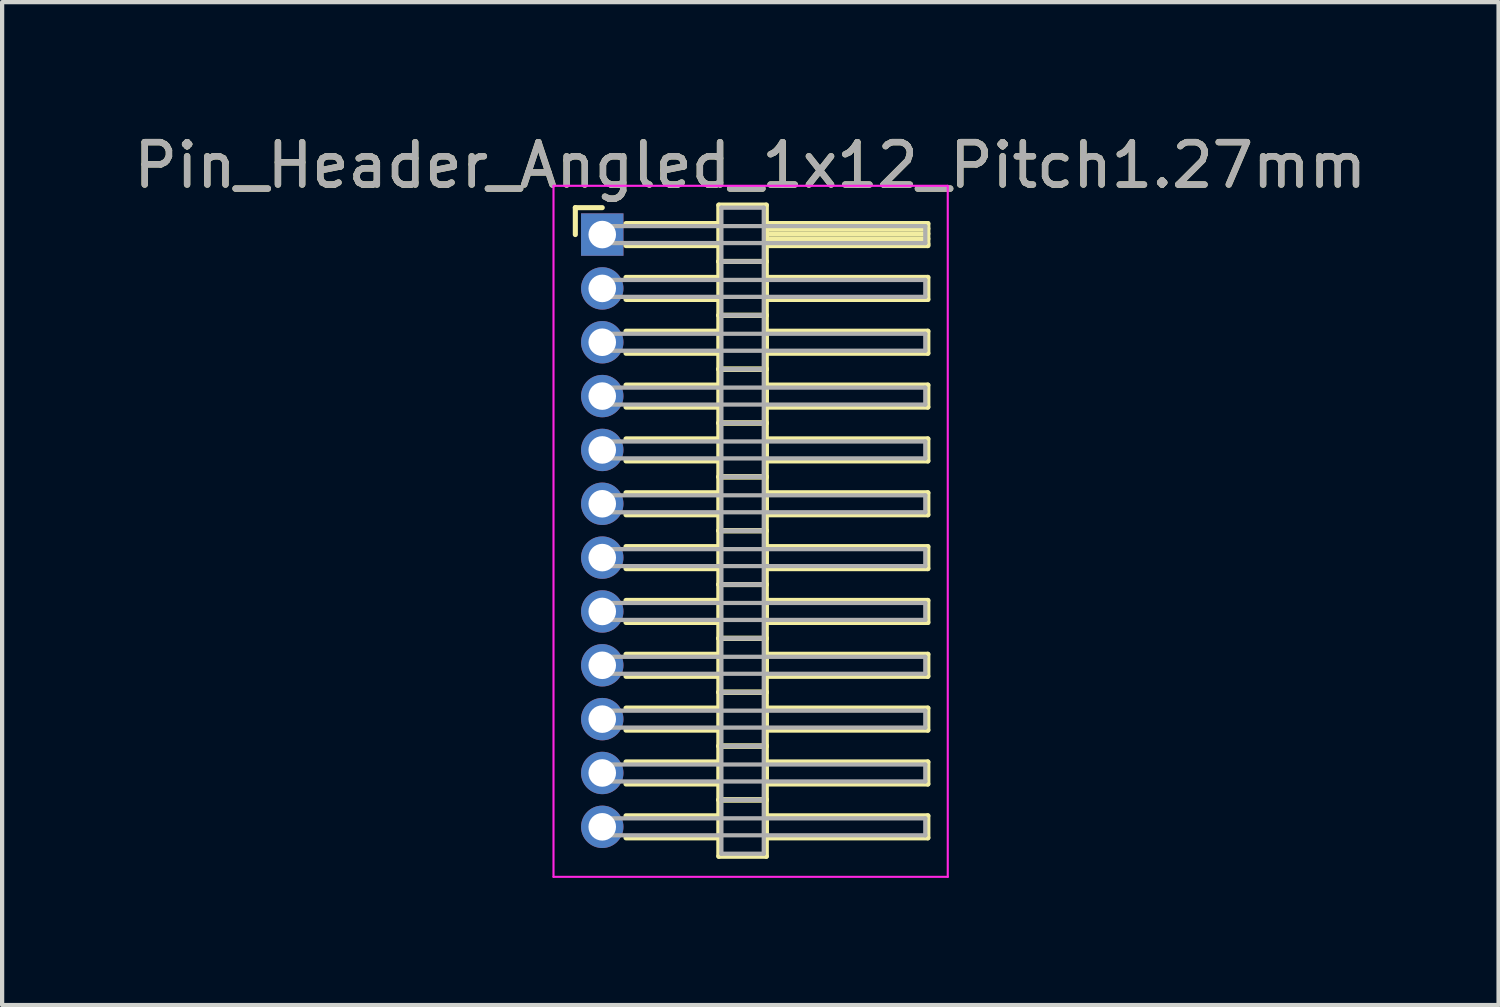
<source format=kicad_pcb>
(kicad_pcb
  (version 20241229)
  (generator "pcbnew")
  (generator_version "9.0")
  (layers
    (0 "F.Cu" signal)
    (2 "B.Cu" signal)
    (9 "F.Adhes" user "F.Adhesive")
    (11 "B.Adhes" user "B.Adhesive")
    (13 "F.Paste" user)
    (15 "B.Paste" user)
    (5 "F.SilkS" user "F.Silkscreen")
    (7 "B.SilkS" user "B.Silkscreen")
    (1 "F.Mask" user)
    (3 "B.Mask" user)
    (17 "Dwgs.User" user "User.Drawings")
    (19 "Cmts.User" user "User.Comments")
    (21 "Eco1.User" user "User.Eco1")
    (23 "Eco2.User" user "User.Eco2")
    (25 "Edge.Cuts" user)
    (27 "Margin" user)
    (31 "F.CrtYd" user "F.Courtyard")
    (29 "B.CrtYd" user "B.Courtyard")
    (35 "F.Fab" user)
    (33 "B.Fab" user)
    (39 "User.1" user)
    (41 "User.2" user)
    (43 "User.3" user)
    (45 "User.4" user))
  (footprint "Pin_Header_Angled_1x12_Pitch1.27mm"
    (layer "F.Cu")
    (at 11.156 2.483)
    (property "Reference" "Pin_Header_Angled_1x12_Pitch1.27mm" (at 3.493 -1.635 0) (layer "F.SilkS") (effects (font (size 1 1) (thickness 0.15))))
    (attr through_hole)
    (fp_line (start -0.635 -0.635) (end 0 -0.635) (stroke (width 0.12) (type solid)) (layer "F.SilkS"))
    (fp_line (start -0.635 0) (end -0.635 -0.635) (stroke (width 0.12) (type solid)) (layer "F.SilkS"))
    (fp_line (start 0.56 -0.26) (end 2.75 -0.26) (stroke (width 0.12) (type solid)) (layer "F.SilkS"))
    (fp_line (start 0.56 0.26) (end 2.75 0.26) (stroke (width 0.12) (type solid)) (layer "F.SilkS"))
    (fp_line (start 0.56 1.01) (end 2.75 1.01) (stroke (width 0.12) (type solid)) (layer "F.SilkS"))
    (fp_line (start 0.56 1.53) (end 2.75 1.53) (stroke (width 0.12) (type solid)) (layer "F.SilkS"))
    (fp_line (start 0.56 2.28) (end 2.75 2.28) (stroke (width 0.12) (type solid)) (layer "F.SilkS"))
    (fp_line (start 0.56 2.8) (end 2.75 2.8) (stroke (width 0.12) (type solid)) (layer "F.SilkS"))
    (fp_line (start 0.56 3.55) (end 2.75 3.55) (stroke (width 0.12) (type solid)) (layer "F.SilkS"))
    (fp_line (start 0.56 4.07) (end 2.75 4.07) (stroke (width 0.12) (type solid)) (layer "F.SilkS"))
    (fp_line (start 0.56 4.82) (end 2.75 4.82) (stroke (width 0.12) (type solid)) (layer "F.SilkS"))
    (fp_line (start 0.56 5.34) (end 2.75 5.34) (stroke (width 0.12) (type solid)) (layer "F.SilkS"))
    (fp_line (start 0.56 6.09) (end 2.75 6.09) (stroke (width 0.12) (type solid)) (layer "F.SilkS"))
    (fp_line (start 0.56 6.61) (end 2.75 6.61) (stroke (width 0.12) (type solid)) (layer "F.SilkS"))
    (fp_line (start 0.56 7.36) (end 2.75 7.36) (stroke (width 0.12) (type solid)) (layer "F.SilkS"))
    (fp_line (start 0.56 7.88) (end 2.75 7.88) (stroke (width 0.12) (type solid)) (layer "F.SilkS"))
    (fp_line (start 0.56 8.63) (end 2.75 8.63) (stroke (width 0.12) (type solid)) (layer "F.SilkS"))
    (fp_line (start 0.56 9.15) (end 2.75 9.15) (stroke (width 0.12) (type solid)) (layer "F.SilkS"))
    (fp_line (start 0.56 9.9) (end 2.75 9.9) (stroke (width 0.12) (type solid)) (layer "F.SilkS"))
    (fp_line (start 0.56 10.42) (end 2.75 10.42) (stroke (width 0.12) (type solid)) (layer "F.SilkS"))
    (fp_line (start 0.56 11.17) (end 2.75 11.17) (stroke (width 0.12) (type solid)) (layer "F.SilkS"))
    (fp_line (start 0.56 11.69) (end 2.75 11.69) (stroke (width 0.12) (type solid)) (layer "F.SilkS"))
    (fp_line (start 0.56 12.44) (end 2.75 12.44) (stroke (width 0.12) (type solid)) (layer "F.SilkS"))
    (fp_line (start 0.56 12.96) (end 2.75 12.96) (stroke (width 0.12) (type solid)) (layer "F.SilkS"))
    (fp_line (start 0.56 13.71) (end 2.75 13.71) (stroke (width 0.12) (type solid)) (layer "F.SilkS"))
    (fp_line (start 0.56 14.23) (end 2.75 14.23) (stroke (width 0.12) (type solid)) (layer "F.SilkS"))
    (fp_line (start 2.75 -0.695) (end 2.75 0.635) (stroke (width 0.12) (type solid)) (layer "F.SilkS"))
    (fp_line (start 2.75 0.635) (end 2.75 1.905) (stroke (width 0.12) (type solid)) (layer "F.SilkS"))
    (fp_line (start 2.75 0.635) (end 3.87 0.635) (stroke (width 0.12) (type solid)) (layer "F.SilkS"))
    (fp_line (start 2.75 1.905) (end 2.75 3.175) (stroke (width 0.12) (type solid)) (layer "F.SilkS"))
    (fp_line (start 2.75 1.905) (end 3.87 1.905) (stroke (width 0.12) (type solid)) (layer "F.SilkS"))
    (fp_line (start 2.75 3.175) (end 2.75 4.445) (stroke (width 0.12) (type solid)) (layer "F.SilkS"))
    (fp_line (start 2.75 3.175) (end 3.87 3.175) (stroke (width 0.12) (type solid)) (layer "F.SilkS"))
    (fp_line (start 2.75 4.445) (end 2.75 5.715) (stroke (width 0.12) (type solid)) (layer "F.SilkS"))
    (fp_line (start 2.75 4.445) (end 3.87 4.445) (stroke (width 0.12) (type solid)) (layer "F.SilkS"))
    (fp_line (start 2.75 5.715) (end 2.75 6.985) (stroke (width 0.12) (type solid)) (layer "F.SilkS"))
    (fp_line (start 2.75 5.715) (end 3.87 5.715) (stroke (width 0.12) (type solid)) (layer "F.SilkS"))
    (fp_line (start 2.75 6.985) (end 2.75 8.255) (stroke (width 0.12) (type solid)) (layer "F.SilkS"))
    (fp_line (start 2.75 6.985) (end 3.87 6.985) (stroke (width 0.12) (type solid)) (layer "F.SilkS"))
    (fp_line (start 2.75 8.255) (end 2.75 9.525) (stroke (width 0.12) (type solid)) (layer "F.SilkS"))
    (fp_line (start 2.75 8.255) (end 3.87 8.255) (stroke (width 0.12) (type solid)) (layer "F.SilkS"))
    (fp_line (start 2.75 9.525) (end 2.75 10.795) (stroke (width 0.12) (type solid)) (layer "F.SilkS"))
    (fp_line (start 2.75 9.525) (end 3.87 9.525) (stroke (width 0.12) (type solid)) (layer "F.SilkS"))
    (fp_line (start 2.75 10.795) (end 2.75 12.065) (stroke (width 0.12) (type solid)) (layer "F.SilkS"))
    (fp_line (start 2.75 10.795) (end 3.87 10.795) (stroke (width 0.12) (type solid)) (layer "F.SilkS"))
    (fp_line (start 2.75 12.065) (end 2.75 13.335) (stroke (width 0.12) (type solid)) (layer "F.SilkS"))
    (fp_line (start 2.75 12.065) (end 3.87 12.065) (stroke (width 0.12) (type solid)) (layer "F.SilkS"))
    (fp_line (start 2.75 13.335) (end 2.75 14.665) (stroke (width 0.12) (type solid)) (layer "F.SilkS"))
    (fp_line (start 2.75 13.335) (end 3.87 13.335) (stroke (width 0.12) (type solid)) (layer "F.SilkS"))
    (fp_line (start 2.75 14.665) (end 3.87 14.665) (stroke (width 0.12) (type solid)) (layer "F.SilkS"))
    (fp_line (start 3.87 -0.695) (end 2.75 -0.695) (stroke (width 0.12) (type solid)) (layer "F.SilkS"))
    (fp_line (start 3.87 -0.26) (end 3.87 0.26) (stroke (width 0.12) (type solid)) (layer "F.SilkS"))
    (fp_line (start 3.87 -0.14) (end 7.68 -0.14) (stroke (width 0.12) (type solid)) (layer "F.SilkS"))
    (fp_line (start 3.87 -0.02) (end 7.68 -0.02) (stroke (width 0.12) (type solid)) (layer "F.SilkS"))
    (fp_line (start 3.87 0.1) (end 7.68 0.1) (stroke (width 0.12) (type solid)) (layer "F.SilkS"))
    (fp_line (start 3.87 0.22) (end 7.68 0.22) (stroke (width 0.12) (type solid)) (layer "F.SilkS"))
    (fp_line (start 3.87 0.26) (end 7.68 0.26) (stroke (width 0.12) (type solid)) (layer "F.SilkS"))
    (fp_line (start 3.87 0.635) (end 2.75 0.635) (stroke (width 0.12) (type solid)) (layer "F.SilkS"))
    (fp_line (start 3.87 0.635) (end 3.87 -0.695) (stroke (width 0.12) (type solid)) (layer "F.SilkS"))
    (fp_line (start 3.87 1.01) (end 3.87 1.53) (stroke (width 0.12) (type solid)) (layer "F.SilkS"))
    (fp_line (start 3.87 1.53) (end 7.68 1.53) (stroke (width 0.12) (type solid)) (layer "F.SilkS"))
    (fp_line (start 3.87 1.905) (end 2.75 1.905) (stroke (width 0.12) (type solid)) (layer "F.SilkS"))
    (fp_line (start 3.87 1.905) (end 3.87 0.635) (stroke (width 0.12) (type solid)) (layer "F.SilkS"))
    (fp_line (start 3.87 2.28) (end 3.87 2.8) (stroke (width 0.12) (type solid)) (layer "F.SilkS"))
    (fp_line (start 3.87 2.8) (end 7.68 2.8) (stroke (width 0.12) (type solid)) (layer "F.SilkS"))
    (fp_line (start 3.87 3.175) (end 2.75 3.175) (stroke (width 0.12) (type solid)) (layer "F.SilkS"))
    (fp_line (start 3.87 3.175) (end 3.87 1.905) (stroke (width 0.12) (type solid)) (layer "F.SilkS"))
    (fp_line (start 3.87 3.55) (end 3.87 4.07) (stroke (width 0.12) (type solid)) (layer "F.SilkS"))
    (fp_line (start 3.87 4.07) (end 7.68 4.07) (stroke (width 0.12) (type solid)) (layer "F.SilkS"))
    (fp_line (start 3.87 4.445) (end 2.75 4.445) (stroke (width 0.12) (type solid)) (layer "F.SilkS"))
    (fp_line (start 3.87 4.445) (end 3.87 3.175) (stroke (width 0.12) (type solid)) (layer "F.SilkS"))
    (fp_line (start 3.87 4.82) (end 3.87 5.34) (stroke (width 0.12) (type solid)) (layer "F.SilkS"))
    (fp_line (start 3.87 5.34) (end 7.68 5.34) (stroke (width 0.12) (type solid)) (layer "F.SilkS"))
    (fp_line (start 3.87 5.715) (end 2.75 5.715) (stroke (width 0.12) (type solid)) (layer "F.SilkS"))
    (fp_line (start 3.87 5.715) (end 3.87 4.445) (stroke (width 0.12) (type solid)) (layer "F.SilkS"))
    (fp_line (start 3.87 6.09) (end 3.87 6.61) (stroke (width 0.12) (type solid)) (layer "F.SilkS"))
    (fp_line (start 3.87 6.61) (end 7.68 6.61) (stroke (width 0.12) (type solid)) (layer "F.SilkS"))
    (fp_line (start 3.87 6.985) (end 2.75 6.985) (stroke (width 0.12) (type solid)) (layer "F.SilkS"))
    (fp_line (start 3.87 6.985) (end 3.87 5.715) (stroke (width 0.12) (type solid)) (layer "F.SilkS"))
    (fp_line (start 3.87 7.36) (end 3.87 7.88) (stroke (width 0.12) (type solid)) (layer "F.SilkS"))
    (fp_line (start 3.87 7.88) (end 7.68 7.88) (stroke (width 0.12) (type solid)) (layer "F.SilkS"))
    (fp_line (start 3.87 8.255) (end 2.75 8.255) (stroke (width 0.12) (type solid)) (layer "F.SilkS"))
    (fp_line (start 3.87 8.255) (end 3.87 6.985) (stroke (width 0.12) (type solid)) (layer "F.SilkS"))
    (fp_line (start 3.87 8.63) (end 3.87 9.15) (stroke (width 0.12) (type solid)) (layer "F.SilkS"))
    (fp_line (start 3.87 9.15) (end 7.68 9.15) (stroke (width 0.12) (type solid)) (layer "F.SilkS"))
    (fp_line (start 3.87 9.525) (end 2.75 9.525) (stroke (width 0.12) (type solid)) (layer "F.SilkS"))
    (fp_line (start 3.87 9.525) (end 3.87 8.255) (stroke (width 0.12) (type solid)) (layer "F.SilkS"))
    (fp_line (start 3.87 9.9) (end 3.87 10.42) (stroke (width 0.12) (type solid)) (layer "F.SilkS"))
    (fp_line (start 3.87 10.42) (end 7.68 10.42) (stroke (width 0.12) (type solid)) (layer "F.SilkS"))
    (fp_line (start 3.87 10.795) (end 2.75 10.795) (stroke (width 0.12) (type solid)) (layer "F.SilkS"))
    (fp_line (start 3.87 10.795) (end 3.87 9.525) (stroke (width 0.12) (type solid)) (layer "F.SilkS"))
    (fp_line (start 3.87 11.17) (end 3.87 11.69) (stroke (width 0.12) (type solid)) (layer "F.SilkS"))
    (fp_line (start 3.87 11.69) (end 7.68 11.69) (stroke (width 0.12) (type solid)) (layer "F.SilkS"))
    (fp_line (start 3.87 12.065) (end 2.75 12.065) (stroke (width 0.12) (type solid)) (layer "F.SilkS"))
    (fp_line (start 3.87 12.065) (end 3.87 10.795) (stroke (width 0.12) (type solid)) (layer "F.SilkS"))
    (fp_line (start 3.87 12.44) (end 3.87 12.96) (stroke (width 0.12) (type solid)) (layer "F.SilkS"))
    (fp_line (start 3.87 12.96) (end 7.68 12.96) (stroke (width 0.12) (type solid)) (layer "F.SilkS"))
    (fp_line (start 3.87 13.335) (end 2.75 13.335) (stroke (width 0.12) (type solid)) (layer "F.SilkS"))
    (fp_line (start 3.87 13.335) (end 3.87 12.065) (stroke (width 0.12) (type solid)) (layer "F.SilkS"))
    (fp_line (start 3.87 13.71) (end 3.87 14.23) (stroke (width 0.12) (type solid)) (layer "F.SilkS"))
    (fp_line (start 3.87 14.23) (end 7.68 14.23) (stroke (width 0.12) (type solid)) (layer "F.SilkS"))
    (fp_line (start 3.87 14.665) (end 3.87 13.335) (stroke (width 0.12) (type solid)) (layer "F.SilkS"))
    (fp_line (start 7.68 -0.26) (end 3.87 -0.26) (stroke (width 0.12) (type solid)) (layer "F.SilkS"))
    (fp_line (start 7.68 0.26) (end 7.68 -0.26) (stroke (width 0.12) (type solid)) (layer "F.SilkS"))
    (fp_line (start 7.68 1.01) (end 3.87 1.01) (stroke (width 0.12) (type solid)) (layer "F.SilkS"))
    (fp_line (start 7.68 1.53) (end 7.68 1.01) (stroke (width 0.12) (type solid)) (layer "F.SilkS"))
    (fp_line (start 7.68 2.28) (end 3.87 2.28) (stroke (width 0.12) (type solid)) (layer "F.SilkS"))
    (fp_line (start 7.68 2.8) (end 7.68 2.28) (stroke (width 0.12) (type solid)) (layer "F.SilkS"))
    (fp_line (start 7.68 3.55) (end 3.87 3.55) (stroke (width 0.12) (type solid)) (layer "F.SilkS"))
    (fp_line (start 7.68 4.07) (end 7.68 3.55) (stroke (width 0.12) (type solid)) (layer "F.SilkS"))
    (fp_line (start 7.68 4.82) (end 3.87 4.82) (stroke (width 0.12) (type solid)) (layer "F.SilkS"))
    (fp_line (start 7.68 5.34) (end 7.68 4.82) (stroke (width 0.12) (type solid)) (layer "F.SilkS"))
    (fp_line (start 7.68 6.09) (end 3.87 6.09) (stroke (width 0.12) (type solid)) (layer "F.SilkS"))
    (fp_line (start 7.68 6.61) (end 7.68 6.09) (stroke (width 0.12) (type solid)) (layer "F.SilkS"))
    (fp_line (start 7.68 7.36) (end 3.87 7.36) (stroke (width 0.12) (type solid)) (layer "F.SilkS"))
    (fp_line (start 7.68 7.88) (end 7.68 7.36) (stroke (width 0.12) (type solid)) (layer "F.SilkS"))
    (fp_line (start 7.68 8.63) (end 3.87 8.63) (stroke (width 0.12) (type solid)) (layer "F.SilkS"))
    (fp_line (start 7.68 9.15) (end 7.68 8.63) (stroke (width 0.12) (type solid)) (layer "F.SilkS"))
    (fp_line (start 7.68 9.9) (end 3.87 9.9) (stroke (width 0.12) (type solid)) (layer "F.SilkS"))
    (fp_line (start 7.68 10.42) (end 7.68 9.9) (stroke (width 0.12) (type solid)) (layer "F.SilkS"))
    (fp_line (start 7.68 11.17) (end 3.87 11.17) (stroke (width 0.12) (type solid)) (layer "F.SilkS"))
    (fp_line (start 7.68 11.69) (end 7.68 11.17) (stroke (width 0.12) (type solid)) (layer "F.SilkS"))
    (fp_line (start 7.68 12.44) (end 3.87 12.44) (stroke (width 0.12) (type solid)) (layer "F.SilkS"))
    (fp_line (start 7.68 12.96) (end 7.68 12.44) (stroke (width 0.12) (type solid)) (layer "F.SilkS"))
    (fp_line (start 7.68 13.71) (end 3.87 13.71) (stroke (width 0.12) (type solid)) (layer "F.SilkS"))
    (fp_line (start 7.68 14.23) (end 7.68 13.71) (stroke (width 0.12) (type solid)) (layer "F.SilkS"))
    (fp_line (start -1.15 -1.15) (end -1.15 15.15) (stroke (width 0.05) (type solid)) (layer "F.CrtYd"))
    (fp_line (start -1.15 15.15) (end 8.15 15.15) (stroke (width 0.05) (type solid)) (layer "F.CrtYd"))
    (fp_line (start 8.15 -1.15) (end -1.15 -1.15) (stroke (width 0.05) (type solid)) (layer "F.CrtYd"))
    (fp_line (start 8.15 15.15) (end 8.15 -1.15) (stroke (width 0.05) (type solid)) (layer "F.CrtYd"))
    (fp_line (start 0 -0.2) (end 0 0.2) (stroke (width 0.1) (type solid)) (layer "F.Fab"))
    (fp_line (start 0 0.2) (end 7.62 0.2) (stroke (width 0.1) (type solid)) (layer "F.Fab"))
    (fp_line (start 0 1.07) (end 0 1.47) (stroke (width 0.1) (type solid)) (layer "F.Fab"))
    (fp_line (start 0 1.47) (end 7.62 1.47) (stroke (width 0.1) (type solid)) (layer "F.Fab"))
    (fp_line (start 0 2.34) (end 0 2.74) (stroke (width 0.1) (type solid)) (layer "F.Fab"))
    (fp_line (start 0 2.74) (end 7.62 2.74) (stroke (width 0.1) (type solid)) (layer "F.Fab"))
    (fp_line (start 0 3.61) (end 0 4.01) (stroke (width 0.1) (type solid)) (layer "F.Fab"))
    (fp_line (start 0 4.01) (end 7.62 4.01) (stroke (width 0.1) (type solid)) (layer "F.Fab"))
    (fp_line (start 0 4.88) (end 0 5.28) (stroke (width 0.1) (type solid)) (layer "F.Fab"))
    (fp_line (start 0 5.28) (end 7.62 5.28) (stroke (width 0.1) (type solid)) (layer "F.Fab"))
    (fp_line (start 0 6.15) (end 0 6.55) (stroke (width 0.1) (type solid)) (layer "F.Fab"))
    (fp_line (start 0 6.55) (end 7.62 6.55) (stroke (width 0.1) (type solid)) (layer "F.Fab"))
    (fp_line (start 0 7.42) (end 0 7.82) (stroke (width 0.1) (type solid)) (layer "F.Fab"))
    (fp_line (start 0 7.82) (end 7.62 7.82) (stroke (width 0.1) (type solid)) (layer "F.Fab"))
    (fp_line (start 0 8.69) (end 0 9.09) (stroke (width 0.1) (type solid)) (layer "F.Fab"))
    (fp_line (start 0 9.09) (end 7.62 9.09) (stroke (width 0.1) (type solid)) (layer "F.Fab"))
    (fp_line (start 0 9.96) (end 0 10.36) (stroke (width 0.1) (type solid)) (layer "F.Fab"))
    (fp_line (start 0 10.36) (end 7.62 10.36) (stroke (width 0.1) (type solid)) (layer "F.Fab"))
    (fp_line (start 0 11.23) (end 0 11.63) (stroke (width 0.1) (type solid)) (layer "F.Fab"))
    (fp_line (start 0 11.63) (end 7.62 11.63) (stroke (width 0.1) (type solid)) (layer "F.Fab"))
    (fp_line (start 0 12.5) (end 0 12.9) (stroke (width 0.1) (type solid)) (layer "F.Fab"))
    (fp_line (start 0 12.9) (end 7.62 12.9) (stroke (width 0.1) (type solid)) (layer "F.Fab"))
    (fp_line (start 0 13.77) (end 0 14.17) (stroke (width 0.1) (type solid)) (layer "F.Fab"))
    (fp_line (start 0 14.17) (end 7.62 14.17) (stroke (width 0.1) (type solid)) (layer "F.Fab"))
    (fp_line (start 2.81 -0.635) (end 2.81 0.635) (stroke (width 0.1) (type solid)) (layer "F.Fab"))
    (fp_line (start 2.81 0.635) (end 2.81 1.905) (stroke (width 0.1) (type solid)) (layer "F.Fab"))
    (fp_line (start 2.81 0.635) (end 3.81 0.635) (stroke (width 0.1) (type solid)) (layer "F.Fab"))
    (fp_line (start 2.81 1.905) (end 2.81 3.175) (stroke (width 0.1) (type solid)) (layer "F.Fab"))
    (fp_line (start 2.81 1.905) (end 3.81 1.905) (stroke (width 0.1) (type solid)) (layer "F.Fab"))
    (fp_line (start 2.81 3.175) (end 2.81 4.445) (stroke (width 0.1) (type solid)) (layer "F.Fab"))
    (fp_line (start 2.81 3.175) (end 3.81 3.175) (stroke (width 0.1) (type solid)) (layer "F.Fab"))
    (fp_line (start 2.81 4.445) (end 2.81 5.715) (stroke (width 0.1) (type solid)) (layer "F.Fab"))
    (fp_line (start 2.81 4.445) (end 3.81 4.445) (stroke (width 0.1) (type solid)) (layer "F.Fab"))
    (fp_line (start 2.81 5.715) (end 2.81 6.985) (stroke (width 0.1) (type solid)) (layer "F.Fab"))
    (fp_line (start 2.81 5.715) (end 3.81 5.715) (stroke (width 0.1) (type solid)) (layer "F.Fab"))
    (fp_line (start 2.81 6.985) (end 2.81 8.255) (stroke (width 0.1) (type solid)) (layer "F.Fab"))
    (fp_line (start 2.81 6.985) (end 3.81 6.985) (stroke (width 0.1) (type solid)) (layer "F.Fab"))
    (fp_line (start 2.81 8.255) (end 2.81 9.525) (stroke (width 0.1) (type solid)) (layer "F.Fab"))
    (fp_line (start 2.81 8.255) (end 3.81 8.255) (stroke (width 0.1) (type solid)) (layer "F.Fab"))
    (fp_line (start 2.81 9.525) (end 2.81 10.795) (stroke (width 0.1) (type solid)) (layer "F.Fab"))
    (fp_line (start 2.81 9.525) (end 3.81 9.525) (stroke (width 0.1) (type solid)) (layer "F.Fab"))
    (fp_line (start 2.81 10.795) (end 2.81 12.065) (stroke (width 0.1) (type solid)) (layer "F.Fab"))
    (fp_line (start 2.81 10.795) (end 3.81 10.795) (stroke (width 0.1) (type solid)) (layer "F.Fab"))
    (fp_line (start 2.81 12.065) (end 2.81 13.335) (stroke (width 0.1) (type solid)) (layer "F.Fab"))
    (fp_line (start 2.81 12.065) (end 3.81 12.065) (stroke (width 0.1) (type solid)) (layer "F.Fab"))
    (fp_line (start 2.81 13.335) (end 2.81 14.605) (stroke (width 0.1) (type solid)) (layer "F.Fab"))
    (fp_line (start 2.81 13.335) (end 3.81 13.335) (stroke (width 0.1) (type solid)) (layer "F.Fab"))
    (fp_line (start 2.81 14.605) (end 3.81 14.605) (stroke (width 0.1) (type solid)) (layer "F.Fab"))
    (fp_line (start 3.81 -0.635) (end 2.81 -0.635) (stroke (width 0.1) (type solid)) (layer "F.Fab"))
    (fp_line (start 3.81 0.635) (end 2.81 0.635) (stroke (width 0.1) (type solid)) (layer "F.Fab"))
    (fp_line (start 3.81 0.635) (end 3.81 -0.635) (stroke (width 0.1) (type solid)) (layer "F.Fab"))
    (fp_line (start 3.81 1.905) (end 2.81 1.905) (stroke (width 0.1) (type solid)) (layer "F.Fab"))
    (fp_line (start 3.81 1.905) (end 3.81 0.635) (stroke (width 0.1) (type solid)) (layer "F.Fab"))
    (fp_line (start 3.81 3.175) (end 2.81 3.175) (stroke (width 0.1) (type solid)) (layer "F.Fab"))
    (fp_line (start 3.81 3.175) (end 3.81 1.905) (stroke (width 0.1) (type solid)) (layer "F.Fab"))
    (fp_line (start 3.81 4.445) (end 2.81 4.445) (stroke (width 0.1) (type solid)) (layer "F.Fab"))
    (fp_line (start 3.81 4.445) (end 3.81 3.175) (stroke (width 0.1) (type solid)) (layer "F.Fab"))
    (fp_line (start 3.81 5.715) (end 2.81 5.715) (stroke (width 0.1) (type solid)) (layer "F.Fab"))
    (fp_line (start 3.81 5.715) (end 3.81 4.445) (stroke (width 0.1) (type solid)) (layer "F.Fab"))
    (fp_line (start 3.81 6.985) (end 2.81 6.985) (stroke (width 0.1) (type solid)) (layer "F.Fab"))
    (fp_line (start 3.81 6.985) (end 3.81 5.715) (stroke (width 0.1) (type solid)) (layer "F.Fab"))
    (fp_line (start 3.81 8.255) (end 2.81 8.255) (stroke (width 0.1) (type solid)) (layer "F.Fab"))
    (fp_line (start 3.81 8.255) (end 3.81 6.985) (stroke (width 0.1) (type solid)) (layer "F.Fab"))
    (fp_line (start 3.81 9.525) (end 2.81 9.525) (stroke (width 0.1) (type solid)) (layer "F.Fab"))
    (fp_line (start 3.81 9.525) (end 3.81 8.255) (stroke (width 0.1) (type solid)) (layer "F.Fab"))
    (fp_line (start 3.81 10.795) (end 2.81 10.795) (stroke (width 0.1) (type solid)) (layer "F.Fab"))
    (fp_line (start 3.81 10.795) (end 3.81 9.525) (stroke (width 0.1) (type solid)) (layer "F.Fab"))
    (fp_line (start 3.81 12.065) (end 2.81 12.065) (stroke (width 0.1) (type solid)) (layer "F.Fab"))
    (fp_line (start 3.81 12.065) (end 3.81 10.795) (stroke (width 0.1) (type solid)) (layer "F.Fab"))
    (fp_line (start 3.81 13.335) (end 2.81 13.335) (stroke (width 0.1) (type solid)) (layer "F.Fab"))
    (fp_line (start 3.81 13.335) (end 3.81 12.065) (stroke (width 0.1) (type solid)) (layer "F.Fab"))
    (fp_line (start 3.81 14.605) (end 3.81 13.335) (stroke (width 0.1) (type solid)) (layer "F.Fab"))
    (fp_line (start 7.62 -0.2) (end 0 -0.2) (stroke (width 0.1) (type solid)) (layer "F.Fab"))
    (fp_line (start 7.62 0.2) (end 7.62 -0.2) (stroke (width 0.1) (type solid)) (layer "F.Fab"))
    (fp_line (start 7.62 1.07) (end 0 1.07) (stroke (width 0.1) (type solid)) (layer "F.Fab"))
    (fp_line (start 7.62 1.47) (end 7.62 1.07) (stroke (width 0.1) (type solid)) (layer "F.Fab"))
    (fp_line (start 7.62 2.34) (end 0 2.34) (stroke (width 0.1) (type solid)) (layer "F.Fab"))
    (fp_line (start 7.62 2.74) (end 7.62 2.34) (stroke (width 0.1) (type solid)) (layer "F.Fab"))
    (fp_line (start 7.62 3.61) (end 0 3.61) (stroke (width 0.1) (type solid)) (layer "F.Fab"))
    (fp_line (start 7.62 4.01) (end 7.62 3.61) (stroke (width 0.1) (type solid)) (layer "F.Fab"))
    (fp_line (start 7.62 4.88) (end 0 4.88) (stroke (width 0.1) (type solid)) (layer "F.Fab"))
    (fp_line (start 7.62 5.28) (end 7.62 4.88) (stroke (width 0.1) (type solid)) (layer "F.Fab"))
    (fp_line (start 7.62 6.15) (end 0 6.15) (stroke (width 0.1) (type solid)) (layer "F.Fab"))
    (fp_line (start 7.62 6.55) (end 7.62 6.15) (stroke (width 0.1) (type solid)) (layer "F.Fab"))
    (fp_line (start 7.62 7.42) (end 0 7.42) (stroke (width 0.1) (type solid)) (layer "F.Fab"))
    (fp_line (start 7.62 7.82) (end 7.62 7.42) (stroke (width 0.1) (type solid)) (layer "F.Fab"))
    (fp_line (start 7.62 8.69) (end 0 8.69) (stroke (width 0.1) (type solid)) (layer "F.Fab"))
    (fp_line (start 7.62 9.09) (end 7.62 8.69) (stroke (width 0.1) (type solid)) (layer "F.Fab"))
    (fp_line (start 7.62 9.96) (end 0 9.96) (stroke (width 0.1) (type solid)) (layer "F.Fab"))
    (fp_line (start 7.62 10.36) (end 7.62 9.96) (stroke (width 0.1) (type solid)) (layer "F.Fab"))
    (fp_line (start 7.62 11.23) (end 0 11.23) (stroke (width 0.1) (type solid)) (layer "F.Fab"))
    (fp_line (start 7.62 11.63) (end 7.62 11.23) (stroke (width 0.1) (type solid)) (layer "F.Fab"))
    (fp_line (start 7.62 12.5) (end 0 12.5) (stroke (width 0.1) (type solid)) (layer "F.Fab"))
    (fp_line (start 7.62 12.9) (end 7.62 12.5) (stroke (width 0.1) (type solid)) (layer "F.Fab"))
    (fp_line (start 7.62 13.77) (end 0 13.77) (stroke (width 0.1) (type solid)) (layer "F.Fab"))
    (fp_line (start 7.62 14.17) (end 7.62 13.77) (stroke (width 0.1) (type solid)) (layer "F.Fab"))
    (fp_text user "${REFERENCE}" (at 3.493 -1.635 0) (layer "F.Fab") (effects (font (size 1 1) (thickness 0.15))))
    (pad "1" thru_hole rect (at 0 0) (size 1 1) (drill 0.65) (layers "*.Cu" "*.Mask"))
    (pad "2" thru_hole oval (at 0 1.27) (size 1 1) (drill 0.65) (layers "*.Cu" "*.Mask"))
    (pad "3" thru_hole oval (at 0 2.54) (size 1 1) (drill 0.65) (layers "*.Cu" "*.Mask"))
    (pad "4" thru_hole oval (at 0 3.81) (size 1 1) (drill 0.65) (layers "*.Cu" "*.Mask"))
    (pad "5" thru_hole oval (at 0 5.08) (size 1 1) (drill 0.65) (layers "*.Cu" "*.Mask"))
    (pad "6" thru_hole oval (at 0 6.35) (size 1 1) (drill 0.65) (layers "*.Cu" "*.Mask"))
    (pad "7" thru_hole oval (at 0 7.62) (size 1 1) (drill 0.65) (layers "*.Cu" "*.Mask"))
    (pad "8" thru_hole oval (at 0 8.89) (size 1 1) (drill 0.65) (layers "*.Cu" "*.Mask"))
    (pad "9" thru_hole oval (at 0 10.16) (size 1 1) (drill 0.65) (layers "*.Cu" "*.Mask"))
    (pad "10" thru_hole oval (at 0 11.43) (size 1 1) (drill 0.65) (layers "*.Cu" "*.Mask"))
    (pad "11" thru_hole oval (at 0 12.7) (size 1 1) (drill 0.65) (layers "*.Cu" "*.Mask"))
    (pad "12" thru_hole oval (at 0 13.97) (size 1 1) (drill 0.65) (layers "*.Cu" "*.Mask")))
  (gr_rect
    (start -3 -3)
    (end 32.298 20.658)
    (stroke (width 0.1) (type default))
    (fill no)
    (layer "Edge.Cuts")))
</source>
